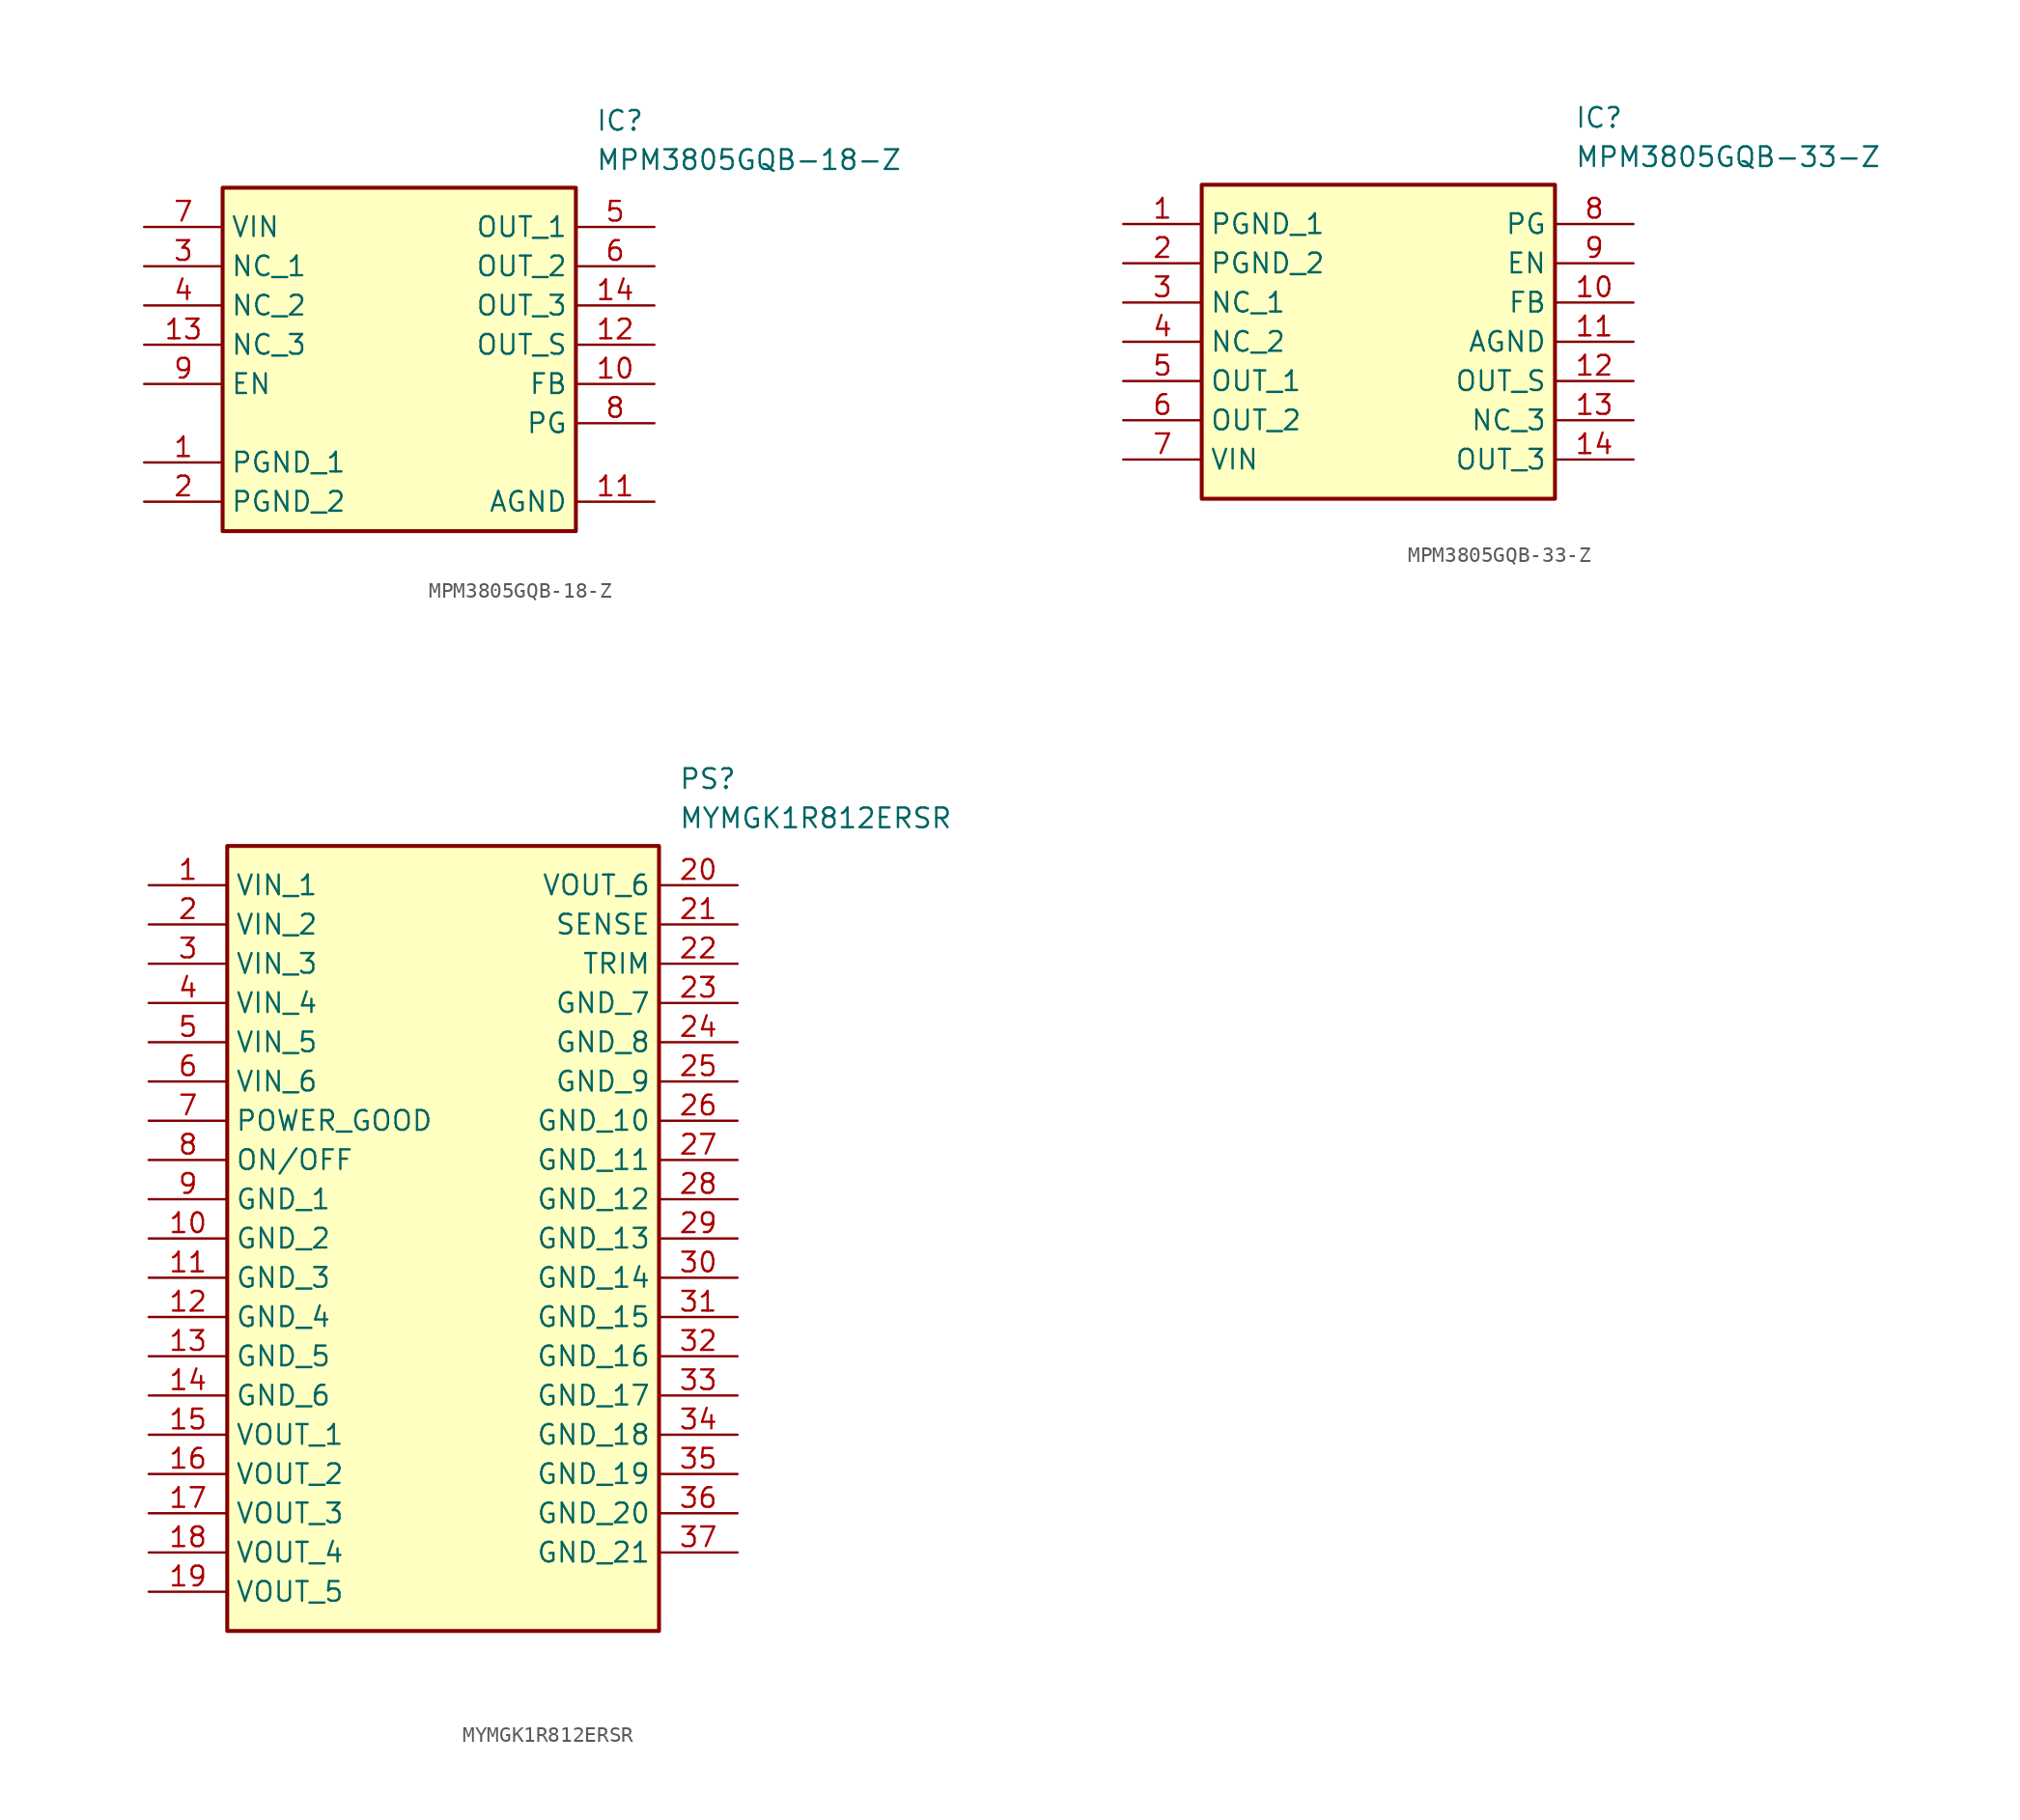
<source format=kicad_sym>
(kicad_symbol_lib
  (version 20220914)
  (generator kicad_symbol_editor)
  (symbol "MPM3805GQB-18-Z"
    (property "Reference" "IC"
      (at 29.21 7.62 0)
      (effects (font (size 1.27 1.27)) (justify left top)))
    (property "Value" "MPM3805GQB-18-Z"
      (at 29.21 5.08 0)
      (effects (font (size 1.27 1.27)) (justify left top)))
    (symbol "MPM3805GQB-18-Z_1_1"
      (rectangle (start 5.08 2.54) (end 27.94 -19.685) (stroke (width 0.254) (type default)) (fill (type background)))
      (pin passive line (at 0 -15.24 0) (length 5.08) (name "PGND_1" (effects (font (size 1.27 1.27)))) (number "1" (effects (font (size 1.27 1.27)))))
      (pin passive line (at 33.02 -10.16 180) (length 5.08) (name "FB" (effects (font (size 1.27 1.27)))) (number "10" (effects (font (size 1.27 1.27)))))
      (pin passive line (at 33.02 -17.78 180) (length 5.08) (name "AGND" (effects (font (size 1.27 1.27)))) (number "11" (effects (font (size 1.27 1.27)))))
      (pin passive line (at 33.02 -7.62 180) (length 5.08) (name "OUT_S" (effects (font (size 1.27 1.27)))) (number "12" (effects (font (size 1.27 1.27)))))
      (pin passive line (at 0 -7.62 0) (length 5.08) (name "NC_3" (effects (font (size 1.27 1.27)))) (number "13" (effects (font (size 1.27 1.27)))))
      (pin passive line (at 33.02 -5.08 180) (length 5.08) (name "OUT_3" (effects (font (size 1.27 1.27)))) (number "14" (effects (font (size 1.27 1.27)))))
      (pin passive line (at 0 -17.78 0) (length 5.08) (name "PGND_2" (effects (font (size 1.27 1.27)))) (number "2" (effects (font (size 1.27 1.27)))))
      (pin passive line (at 0 -2.54 0) (length 5.08) (name "NC_1" (effects (font (size 1.27 1.27)))) (number "3" (effects (font (size 1.27 1.27)))))
      (pin passive line (at 0 -5.08 0) (length 5.08) (name "NC_2" (effects (font (size 1.27 1.27)))) (number "4" (effects (font (size 1.27 1.27)))))
      (pin passive line (at 33.02 0 180) (length 5.08) (name "OUT_1" (effects (font (size 1.27 1.27)))) (number "5" (effects (font (size 1.27 1.27)))))
      (pin passive line (at 33.02 -2.54 180) (length 5.08) (name "OUT_2" (effects (font (size 1.27 1.27)))) (number "6" (effects (font (size 1.27 1.27)))))
      (pin passive line (at 0 0 0) (length 5.08) (name "VIN" (effects (font (size 1.27 1.27)))) (number "7" (effects (font (size 1.27 1.27)))))
      (pin passive line (at 33.02 -12.7 180) (length 5.08) (name "PG" (effects (font (size 1.27 1.27)))) (number "8" (effects (font (size 1.27 1.27)))))
      (pin passive line (at 0 -10.16 0) (length 5.08) (name "EN" (effects (font (size 1.27 1.27)))) (number "9" (effects (font (size 1.27 1.27)))))))
  (symbol "MPM3805GQB-33-Z"
    (property "Reference" "IC"
      (at 29.21 7.62 0)
      (effects (font (size 1.27 1.27)) (justify left top)))
    (property "Value" "MPM3805GQB-33-Z"
      (at 29.21 5.08 0)
      (effects (font (size 1.27 1.27)) (justify left top)))
    (symbol "MPM3805GQB-33-Z_1_1"
      (rectangle (start 5.08 2.54) (end 27.94 -17.78) (stroke (width 0.254) (type default)) (fill (type background)))
      (pin passive line (at 0 0 0) (length 5.08) (name "PGND_1" (effects (font (size 1.27 1.27)))) (number "1" (effects (font (size 1.27 1.27)))))
      (pin passive line (at 33.02 -5.08 180) (length 5.08) (name "FB" (effects (font (size 1.27 1.27)))) (number "10" (effects (font (size 1.27 1.27)))))
      (pin passive line (at 33.02 -7.62 180) (length 5.08) (name "AGND" (effects (font (size 1.27 1.27)))) (number "11" (effects (font (size 1.27 1.27)))))
      (pin passive line (at 33.02 -10.16 180) (length 5.08) (name "OUT_S" (effects (font (size 1.27 1.27)))) (number "12" (effects (font (size 1.27 1.27)))))
      (pin passive line (at 33.02 -12.7 180) (length 5.08) (name "NC_3" (effects (font (size 1.27 1.27)))) (number "13" (effects (font (size 1.27 1.27)))))
      (pin passive line (at 33.02 -15.24 180) (length 5.08) (name "OUT_3" (effects (font (size 1.27 1.27)))) (number "14" (effects (font (size 1.27 1.27)))))
      (pin passive line (at 0 -2.54 0) (length 5.08) (name "PGND_2" (effects (font (size 1.27 1.27)))) (number "2" (effects (font (size 1.27 1.27)))))
      (pin passive line (at 0 -5.08 0) (length 5.08) (name "NC_1" (effects (font (size 1.27 1.27)))) (number "3" (effects (font (size 1.27 1.27)))))
      (pin passive line (at 0 -7.62 0) (length 5.08) (name "NC_2" (effects (font (size 1.27 1.27)))) (number "4" (effects (font (size 1.27 1.27)))))
      (pin passive line (at 0 -10.16 0) (length 5.08) (name "OUT_1" (effects (font (size 1.27 1.27)))) (number "5" (effects (font (size 1.27 1.27)))))
      (pin passive line (at 0 -12.7 0) (length 5.08) (name "OUT_2" (effects (font (size 1.27 1.27)))) (number "6" (effects (font (size 1.27 1.27)))))
      (pin passive line (at 0 -15.24 0) (length 5.08) (name "VIN" (effects (font (size 1.27 1.27)))) (number "7" (effects (font (size 1.27 1.27)))))
      (pin passive line (at 33.02 0 180) (length 5.08) (name "PG" (effects (font (size 1.27 1.27)))) (number "8" (effects (font (size 1.27 1.27)))))
      (pin passive line (at 33.02 -2.54 180) (length 5.08) (name "EN" (effects (font (size 1.27 1.27)))) (number "9" (effects (font (size 1.27 1.27)))))))
  (symbol "MYMGK1R812ERSR"
    (property "Reference" "PS"
      (at 34.29 7.62 0)
      (effects (font (size 1.27 1.27)) (justify left top)))
    (property "Value" "MYMGK1R812ERSR"
      (at 34.29 5.08 0)
      (effects (font (size 1.27 1.27)) (justify left top)))
    (symbol "MYMGK1R812ERSR_1_1"
      (rectangle (start 5.08 2.54) (end 33.02 -48.26) (stroke (width 0.254) (type default)) (fill (type background)))
      (pin passive line (at 0 0 0) (length 5.08) (name "VIN_1" (effects (font (size 1.27 1.27)))) (number "1" (effects (font (size 1.27 1.27)))))
      (pin passive line (at 0 -22.86 0) (length 5.08) (name "GND_2" (effects (font (size 1.27 1.27)))) (number "10" (effects (font (size 1.27 1.27)))))
      (pin passive line (at 0 -25.4 0) (length 5.08) (name "GND_3" (effects (font (size 1.27 1.27)))) (number "11" (effects (font (size 1.27 1.27)))))
      (pin passive line (at 0 -27.94 0) (length 5.08) (name "GND_4" (effects (font (size 1.27 1.27)))) (number "12" (effects (font (size 1.27 1.27)))))
      (pin passive line (at 0 -30.48 0) (length 5.08) (name "GND_5" (effects (font (size 1.27 1.27)))) (number "13" (effects (font (size 1.27 1.27)))))
      (pin passive line (at 0 -33.02 0) (length 5.08) (name "GND_6" (effects (font (size 1.27 1.27)))) (number "14" (effects (font (size 1.27 1.27)))))
      (pin passive line (at 0 -35.56 0) (length 5.08) (name "VOUT_1" (effects (font (size 1.27 1.27)))) (number "15" (effects (font (size 1.27 1.27)))))
      (pin passive line (at 0 -38.1 0) (length 5.08) (name "VOUT_2" (effects (font (size 1.27 1.27)))) (number "16" (effects (font (size 1.27 1.27)))))
      (pin passive line (at 0 -40.64 0) (length 5.08) (name "VOUT_3" (effects (font (size 1.27 1.27)))) (number "17" (effects (font (size 1.27 1.27)))))
      (pin passive line (at 0 -43.18 0) (length 5.08) (name "VOUT_4" (effects (font (size 1.27 1.27)))) (number "18" (effects (font (size 1.27 1.27)))))
      (pin passive line (at 0 -45.72 0) (length 5.08) (name "VOUT_5" (effects (font (size 1.27 1.27)))) (number "19" (effects (font (size 1.27 1.27)))))
      (pin passive line (at 0 -2.54 0) (length 5.08) (name "VIN_2" (effects (font (size 1.27 1.27)))) (number "2" (effects (font (size 1.27 1.27)))))
      (pin passive line (at 38.1 0 180) (length 5.08) (name "VOUT_6" (effects (font (size 1.27 1.27)))) (number "20" (effects (font (size 1.27 1.27)))))
      (pin passive line (at 38.1 -2.54 180) (length 5.08) (name "SENSE" (effects (font (size 1.27 1.27)))) (number "21" (effects (font (size 1.27 1.27)))))
      (pin passive line (at 38.1 -5.08 180) (length 5.08) (name "TRIM" (effects (font (size 1.27 1.27)))) (number "22" (effects (font (size 1.27 1.27)))))
      (pin passive line (at 38.1 -7.62 180) (length 5.08) (name "GND_7" (effects (font (size 1.27 1.27)))) (number "23" (effects (font (size 1.27 1.27)))))
      (pin passive line (at 38.1 -10.16 180) (length 5.08) (name "GND_8" (effects (font (size 1.27 1.27)))) (number "24" (effects (font (size 1.27 1.27)))))
      (pin passive line (at 38.1 -12.7 180) (length 5.08) (name "GND_9" (effects (font (size 1.27 1.27)))) (number "25" (effects (font (size 1.27 1.27)))))
      (pin passive line (at 38.1 -15.24 180) (length 5.08) (name "GND_10" (effects (font (size 1.27 1.27)))) (number "26" (effects (font (size 1.27 1.27)))))
      (pin passive line (at 38.1 -17.78 180) (length 5.08) (name "GND_11" (effects (font (size 1.27 1.27)))) (number "27" (effects (font (size 1.27 1.27)))))
      (pin passive line (at 38.1 -20.32 180) (length 5.08) (name "GND_12" (effects (font (size 1.27 1.27)))) (number "28" (effects (font (size 1.27 1.27)))))
      (pin passive line (at 38.1 -22.86 180) (length 5.08) (name "GND_13" (effects (font (size 1.27 1.27)))) (number "29" (effects (font (size 1.27 1.27)))))
      (pin passive line (at 0 -5.08 0) (length 5.08) (name "VIN_3" (effects (font (size 1.27 1.27)))) (number "3" (effects (font (size 1.27 1.27)))))
      (pin passive line (at 38.1 -25.4 180) (length 5.08) (name "GND_14" (effects (font (size 1.27 1.27)))) (number "30" (effects (font (size 1.27 1.27)))))
      (pin passive line (at 38.1 -27.94 180) (length 5.08) (name "GND_15" (effects (font (size 1.27 1.27)))) (number "31" (effects (font (size 1.27 1.27)))))
      (pin passive line (at 38.1 -30.48 180) (length 5.08) (name "GND_16" (effects (font (size 1.27 1.27)))) (number "32" (effects (font (size 1.27 1.27)))))
      (pin passive line (at 38.1 -33.02 180) (length 5.08) (name "GND_17" (effects (font (size 1.27 1.27)))) (number "33" (effects (font (size 1.27 1.27)))))
      (pin passive line (at 38.1 -35.56 180) (length 5.08) (name "GND_18" (effects (font (size 1.27 1.27)))) (number "34" (effects (font (size 1.27 1.27)))))
      (pin passive line (at 38.1 -38.1 180) (length 5.08) (name "GND_19" (effects (font (size 1.27 1.27)))) (number "35" (effects (font (size 1.27 1.27)))))
      (pin passive line (at 38.1 -40.64 180) (length 5.08) (name "GND_20" (effects (font (size 1.27 1.27)))) (number "36" (effects (font (size 1.27 1.27)))))
      (pin passive line (at 38.1 -43.18 180) (length 5.08) (name "GND_21" (effects (font (size 1.27 1.27)))) (number "37" (effects (font (size 1.27 1.27)))))
      (pin passive line (at 0 -7.62 0) (length 5.08) (name "VIN_4" (effects (font (size 1.27 1.27)))) (number "4" (effects (font (size 1.27 1.27)))))
      (pin passive line (at 0 -10.16 0) (length 5.08) (name "VIN_5" (effects (font (size 1.27 1.27)))) (number "5" (effects (font (size 1.27 1.27)))))
      (pin passive line (at 0 -12.7 0) (length 5.08) (name "VIN_6" (effects (font (size 1.27 1.27)))) (number "6" (effects (font (size 1.27 1.27)))))
      (pin passive line (at 0 -15.24 0) (length 5.08) (name "POWER_GOOD" (effects (font (size 1.27 1.27)))) (number "7" (effects (font (size 1.27 1.27)))))
      (pin passive line (at 0 -17.78 0) (length 5.08) (name "ON/OFF" (effects (font (size 1.27 1.27)))) (number "8" (effects (font (size 1.27 1.27)))))
      (pin passive line (at 0 -20.32 0) (length 5.08) (name "GND_1" (effects (font (size 1.27 1.27)))) (number "9" (effects (font (size 1.27 1.27))))))))
</source>
